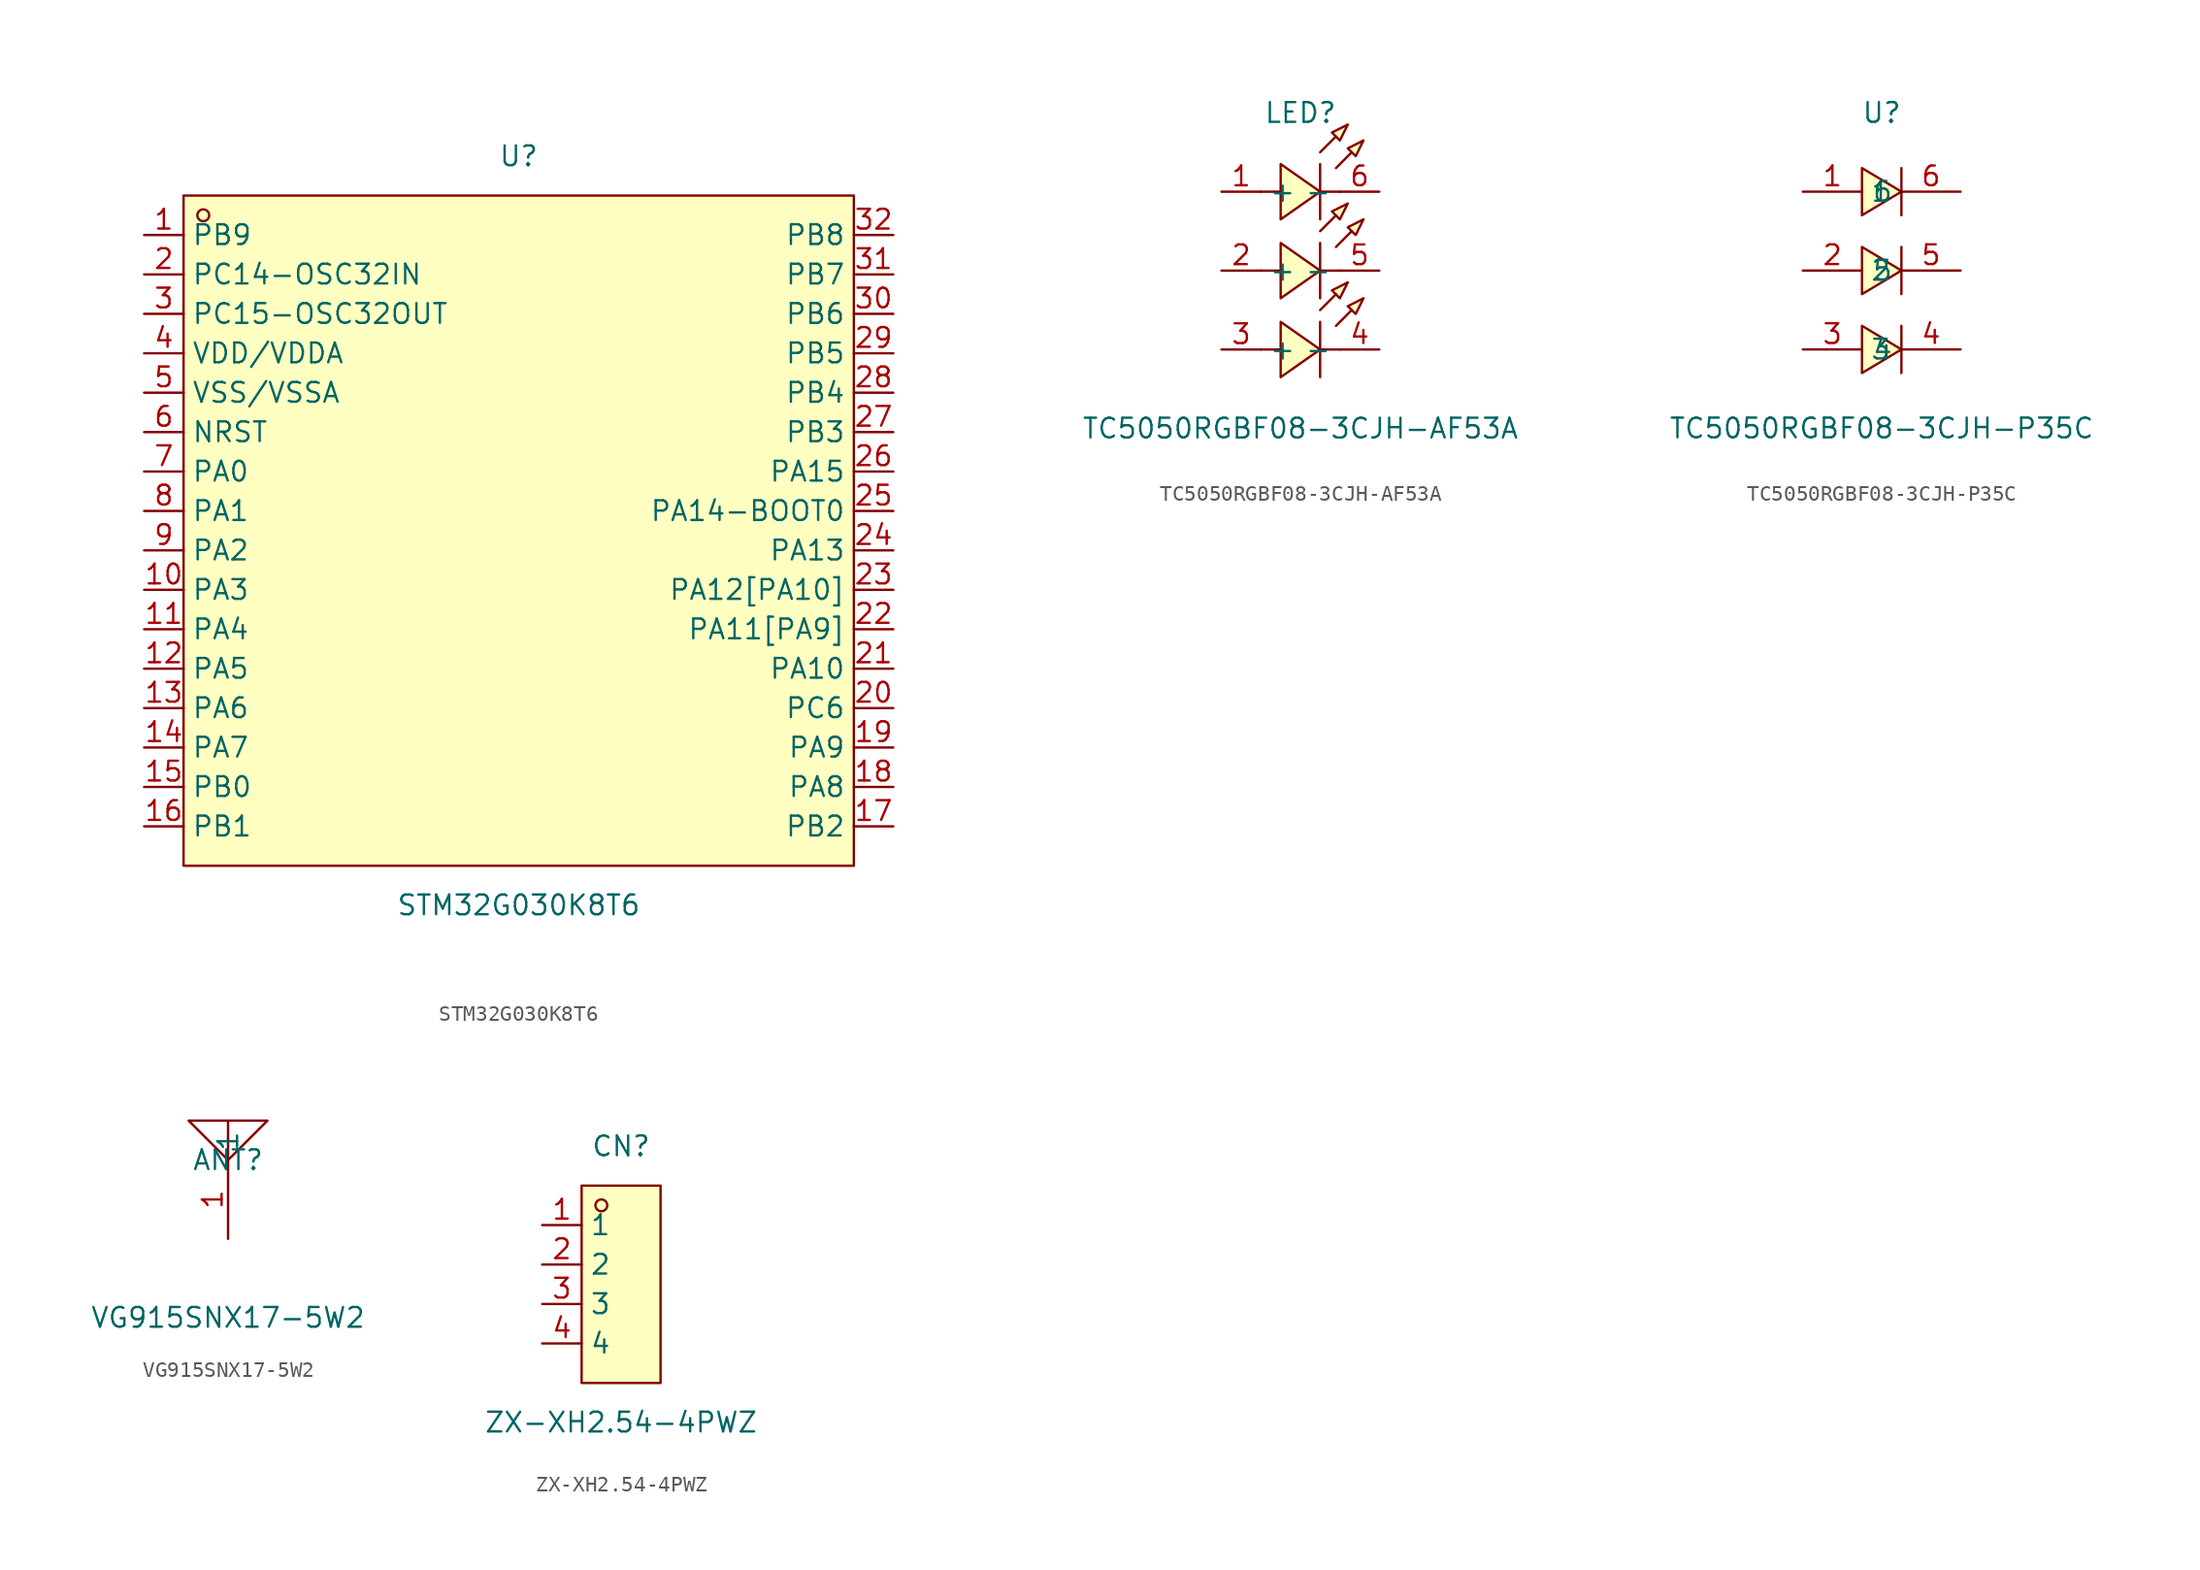
<source format=kicad_sym>
(kicad_symbol_lib
  (version 20241209)
  (generator "kicad_symbol_editor")
  (generator_version "9.0")
  (symbol "STM32G030K8T6"
    (property "Reference" "U"
      (at 0 24.13 0)
      (effects (font (size 1.27 1.27))))
    (property "Value" "STM32G030K8T6"
      (at 0 -24.13 0)
      (effects (font (size 1.27 1.27))))
    (symbol "STM32G030K8T6_0_1"
      (rectangle (start -21.59 21.59) (end 21.59 -21.59) (stroke (width 0) (type default)) (fill (type background)))
      (circle (center -20.32 20.32) (radius 0.38) (stroke (width 0) (type default)) (fill (type none)))
      (pin unspecified line (at -24.13 19.05 0) (length 2.54) (name "PB9" (effects (font (size 1.27 1.27)))) (number "1" (effects (font (size 1.27 1.27)))))
      (pin unspecified line (at -24.13 16.51 0) (length 2.54) (name "PC14-OSC32IN" (effects (font (size 1.27 1.27)))) (number "2" (effects (font (size 1.27 1.27)))))
      (pin unspecified line (at -24.13 13.97 0) (length 2.54) (name "PC15-OSC32OUT" (effects (font (size 1.27 1.27)))) (number "3" (effects (font (size 1.27 1.27)))))
      (pin unspecified line (at -24.13 11.43 0) (length 2.54) (name "VDD/VDDA" (effects (font (size 1.27 1.27)))) (number "4" (effects (font (size 1.27 1.27)))))
      (pin unspecified line (at -24.13 8.89 0) (length 2.54) (name "VSS/VSSA" (effects (font (size 1.27 1.27)))) (number "5" (effects (font (size 1.27 1.27)))))
      (pin unspecified line (at -24.13 6.35 0) (length 2.54) (name "NRST" (effects (font (size 1.27 1.27)))) (number "6" (effects (font (size 1.27 1.27)))))
      (pin unspecified line (at -24.13 3.81 0) (length 2.54) (name "PA0" (effects (font (size 1.27 1.27)))) (number "7" (effects (font (size 1.27 1.27)))))
      (pin unspecified line (at -24.13 1.27 0) (length 2.54) (name "PA1" (effects (font (size 1.27 1.27)))) (number "8" (effects (font (size 1.27 1.27)))))
      (pin unspecified line (at -24.13 -1.27 0) (length 2.54) (name "PA2" (effects (font (size 1.27 1.27)))) (number "9" (effects (font (size 1.27 1.27)))))
      (pin unspecified line (at -24.13 -3.81 0) (length 2.54) (name "PA3" (effects (font (size 1.27 1.27)))) (number "10" (effects (font (size 1.27 1.27)))))
      (pin unspecified line (at -24.13 -6.35 0) (length 2.54) (name "PA4" (effects (font (size 1.27 1.27)))) (number "11" (effects (font (size 1.27 1.27)))))
      (pin unspecified line (at -24.13 -8.89 0) (length 2.54) (name "PA5" (effects (font (size 1.27 1.27)))) (number "12" (effects (font (size 1.27 1.27)))))
      (pin unspecified line (at -24.13 -11.43 0) (length 2.54) (name "PA6" (effects (font (size 1.27 1.27)))) (number "13" (effects (font (size 1.27 1.27)))))
      (pin unspecified line (at -24.13 -13.97 0) (length 2.54) (name "PA7" (effects (font (size 1.27 1.27)))) (number "14" (effects (font (size 1.27 1.27)))))
      (pin unspecified line (at -24.13 -16.51 0) (length 2.54) (name "PB0" (effects (font (size 1.27 1.27)))) (number "15" (effects (font (size 1.27 1.27)))))
      (pin unspecified line (at -24.13 -19.05 0) (length 2.54) (name "PB1" (effects (font (size 1.27 1.27)))) (number "16" (effects (font (size 1.27 1.27)))))
      (pin unspecified line (at 24.13 19.05 180) (length 2.54) (name "PB8" (effects (font (size 1.27 1.27)))) (number "32" (effects (font (size 1.27 1.27)))))
      (pin unspecified line (at 24.13 16.51 180) (length 2.54) (name "PB7" (effects (font (size 1.27 1.27)))) (number "31" (effects (font (size 1.27 1.27)))))
      (pin unspecified line (at 24.13 13.97 180) (length 2.54) (name "PB6" (effects (font (size 1.27 1.27)))) (number "30" (effects (font (size 1.27 1.27)))))
      (pin unspecified line (at 24.13 11.43 180) (length 2.54) (name "PB5" (effects (font (size 1.27 1.27)))) (number "29" (effects (font (size 1.27 1.27)))))
      (pin unspecified line (at 24.13 8.89 180) (length 2.54) (name "PB4" (effects (font (size 1.27 1.27)))) (number "28" (effects (font (size 1.27 1.27)))))
      (pin unspecified line (at 24.13 6.35 180) (length 2.54) (name "PB3" (effects (font (size 1.27 1.27)))) (number "27" (effects (font (size 1.27 1.27)))))
      (pin unspecified line (at 24.13 3.81 180) (length 2.54) (name "PA15" (effects (font (size 1.27 1.27)))) (number "26" (effects (font (size 1.27 1.27)))))
      (pin unspecified line (at 24.13 1.27 180) (length 2.54) (name "PA14-BOOT0" (effects (font (size 1.27 1.27)))) (number "25" (effects (font (size 1.27 1.27)))))
      (pin unspecified line (at 24.13 -1.27 180) (length 2.54) (name "PA13" (effects (font (size 1.27 1.27)))) (number "24" (effects (font (size 1.27 1.27)))))
      (pin unspecified line (at 24.13 -3.81 180) (length 2.54) (name "PA12[PA10]" (effects (font (size 1.27 1.27)))) (number "23" (effects (font (size 1.27 1.27)))))
      (pin unspecified line (at 24.13 -6.35 180) (length 2.54) (name "PA11[PA9]" (effects (font (size 1.27 1.27)))) (number "22" (effects (font (size 1.27 1.27)))))
      (pin unspecified line (at 24.13 -8.89 180) (length 2.54) (name "PA10" (effects (font (size 1.27 1.27)))) (number "21" (effects (font (size 1.27 1.27)))))
      (pin unspecified line (at 24.13 -11.43 180) (length 2.54) (name "PC6" (effects (font (size 1.27 1.27)))) (number "20" (effects (font (size 1.27 1.27)))))
      (pin unspecified line (at 24.13 -13.97 180) (length 2.54) (name "PA9" (effects (font (size 1.27 1.27)))) (number "19" (effects (font (size 1.27 1.27)))))
      (pin unspecified line (at 24.13 -16.51 180) (length 2.54) (name "PA8" (effects (font (size 1.27 1.27)))) (number "18" (effects (font (size 1.27 1.27)))))
      (pin unspecified line (at 24.13 -19.05 180) (length 2.54) (name "PB2" (effects (font (size 1.27 1.27)))) (number "17" (effects (font (size 1.27 1.27)))))))
  (symbol "TC5050RGBF08-3CJH-AF53A"
    (property "Reference" "LED"
      (at 0 10.16 0)
      (effects (font (size 1.27 1.27))))
    (property "Value" "TC5050RGBF08-3CJH-AF53A"
      (at 0 -10.16 0)
      (effects (font (size 1.27 1.27))))
    (symbol "TC5050RGBF08-3CJH-AF53A_0_1"
      (polyline (pts (xy -2.54 5.08) (xy -1.27 5.08)) (stroke (width 0) (type default)) (fill (type none)))
      (polyline (pts (xy -2.54 0) (xy -1.27 0)) (stroke (width 0) (type default)) (fill (type none)))
      (polyline (pts (xy -2.54 -5.08) (xy -1.27 -5.08)) (stroke (width 0) (type default)) (fill (type none)))
      (polyline (pts (xy -1.27 6.86) (xy 1.27 5.08) (xy -1.27 3.3) (xy -1.27 6.86)) (stroke (width 0) (type default)) (fill (type background)))
      (polyline (pts (xy -1.27 1.78) (xy 1.27 0) (xy -1.27 -1.78) (xy -1.27 1.78)) (stroke (width 0) (type default)) (fill (type background)))
      (polyline (pts (xy -1.27 -3.3) (xy 1.27 -5.08) (xy -1.27 -6.86) (xy -1.27 -3.3)) (stroke (width 0) (type default)) (fill (type background)))
      (polyline (pts (xy 1.27 7.62) (xy 2.29 8.64) (xy 1.27 7.62)) (stroke (width 0) (type default)) (fill (type background)))
      (polyline (pts (xy 1.27 6.86) (xy 1.27 3.3)) (stroke (width 0) (type default)) (fill (type none)))
      (polyline (pts (xy 1.27 5.08) (xy 2.54 5.08)) (stroke (width 0) (type default)) (fill (type none)))
      (polyline (pts (xy 1.27 2.54) (xy 2.29 3.56) (xy 1.27 2.54)) (stroke (width 0) (type default)) (fill (type background)))
      (polyline (pts (xy 1.27 1.78) (xy 1.27 -1.78)) (stroke (width 0) (type default)) (fill (type none)))
      (polyline (pts (xy 1.27 0) (xy 2.54 0)) (stroke (width 0) (type default)) (fill (type none)))
      (polyline (pts (xy 1.27 -2.54) (xy 2.29 -1.52) (xy 1.27 -2.54)) (stroke (width 0) (type default)) (fill (type background)))
      (polyline (pts (xy 1.27 -3.3) (xy 1.27 -6.86)) (stroke (width 0) (type default)) (fill (type none)))
      (polyline (pts (xy 1.27 -5.08) (xy 2.54 -5.08)) (stroke (width 0) (type default)) (fill (type none)))
      (polyline (pts (xy 2.29 6.6) (xy 3.3 7.62) (xy 2.29 6.6)) (stroke (width 0) (type default)) (fill (type background)))
      (polyline (pts (xy 2.29 1.52) (xy 3.3 2.54) (xy 2.29 1.52)) (stroke (width 0) (type default)) (fill (type background)))
      (polyline (pts (xy 2.29 -3.56) (xy 3.3 -2.54) (xy 2.29 -3.56)) (stroke (width 0) (type default)) (fill (type background)))
      (polyline (pts (xy 3.05 9.4) (xy 2.03 8.89) (xy 2.54 8.38) (xy 3.05 9.4)) (stroke (width 0) (type default)) (fill (type background)))
      (polyline (pts (xy 3.05 4.32) (xy 2.03 3.81) (xy 2.54 3.3) (xy 3.05 4.32)) (stroke (width 0) (type default)) (fill (type background)))
      (polyline (pts (xy 3.05 -0.76) (xy 2.03 -1.27) (xy 2.54 -1.78) (xy 3.05 -0.76)) (stroke (width 0) (type default)) (fill (type background)))
      (polyline (pts (xy 4.06 8.38) (xy 3.05 7.87) (xy 3.56 7.37) (xy 4.06 8.38)) (stroke (width 0) (type default)) (fill (type background)))
      (polyline (pts (xy 4.06 3.3) (xy 3.05 2.79) (xy 3.56 2.29) (xy 4.06 3.3)) (stroke (width 0) (type default)) (fill (type background)))
      (polyline (pts (xy 4.06 -1.78) (xy 3.05 -2.29) (xy 3.56 -2.79) (xy 4.06 -1.78)) (stroke (width 0) (type default)) (fill (type background)))
      (pin unspecified line (at -5.08 5.08 0) (length 2.54) (name "+" (effects (font (size 1.27 1.27)))) (number "1" (effects (font (size 1.27 1.27)))))
      (pin unspecified line (at -5.08 0 0) (length 2.54) (name "+" (effects (font (size 1.27 1.27)))) (number "2" (effects (font (size 1.27 1.27)))))
      (pin unspecified line (at -5.08 -5.08 0) (length 2.54) (name "+" (effects (font (size 1.27 1.27)))) (number "3" (effects (font (size 1.27 1.27)))))
      (pin unspecified line (at 5.08 5.08 180) (length 2.54) (name "-" (effects (font (size 1.27 1.27)))) (number "6" (effects (font (size 1.27 1.27)))))
      (pin unspecified line (at 5.08 0 180) (length 2.54) (name "-" (effects (font (size 1.27 1.27)))) (number "5" (effects (font (size 1.27 1.27)))))
      (pin unspecified line (at 5.08 -5.08 180) (length 2.54) (name "-" (effects (font (size 1.27 1.27)))) (number "4" (effects (font (size 1.27 1.27)))))))
  (symbol "TC5050RGBF08-3CJH-P35C"
    (property "Reference" "U"
      (at 0 10.16 0)
      (effects (font (size 1.27 1.27))))
    (property "Value" "TC5050RGBF08-3CJH-P35C"
      (at 0 -10.16 0)
      (effects (font (size 1.27 1.27))))
    (symbol "TC5050RGBF08-3CJH-P35C_0_1"
      (polyline (pts (xy -1.27 3.56) (xy 1.27 5.08) (xy -1.27 6.6) (xy -1.27 3.56)) (stroke (width 0) (type default)) (fill (type background)))
      (polyline (pts (xy -1.27 -1.52) (xy 1.27 0) (xy -1.27 1.52) (xy -1.27 -1.52)) (stroke (width 0) (type default)) (fill (type background)))
      (polyline (pts (xy -1.27 -6.6) (xy 1.27 -5.08) (xy -1.27 -3.56) (xy -1.27 -6.6)) (stroke (width 0) (type default)) (fill (type background)))
      (polyline (pts (xy 1.27 6.6) (xy 1.27 3.56)) (stroke (width 0) (type default)) (fill (type none)))
      (polyline (pts (xy 1.27 1.52) (xy 1.27 -1.52)) (stroke (width 0) (type default)) (fill (type none)))
      (polyline (pts (xy 1.27 -3.56) (xy 1.27 -6.6)) (stroke (width 0) (type default)) (fill (type none)))
      (pin unspecified line (at -5.08 5.08 0) (length 3.81) (name "1" (effects (font (size 1.27 1.27)))) (number "1" (effects (font (size 1.27 1.27)))))
      (pin unspecified line (at -5.08 0 0) (length 3.81) (name "2" (effects (font (size 1.27 1.27)))) (number "2" (effects (font (size 1.27 1.27)))))
      (pin unspecified line (at -5.08 -5.08 0) (length 3.81) (name "3" (effects (font (size 1.27 1.27)))) (number "3" (effects (font (size 1.27 1.27)))))
      (pin unspecified line (at 5.08 5.08 180) (length 3.81) (name "6" (effects (font (size 1.27 1.27)))) (number "6" (effects (font (size 1.27 1.27)))))
      (pin unspecified line (at 5.08 0 180) (length 3.81) (name "5" (effects (font (size 1.27 1.27)))) (number "5" (effects (font (size 1.27 1.27)))))
      (pin unspecified line (at 5.08 -5.08 180) (length 3.81) (name "4" (effects (font (size 1.27 1.27)))) (number "4" (effects (font (size 1.27 1.27)))))))
  (symbol "VG915SNX17-5W2"
    (property "Reference" "ANT"
      (at 0 2.54 0)
      (effects (font (size 1.27 1.27))))
    (property "Value" "VG915SNX17-5W2"
      (at 0 -7.62 0)
      (effects (font (size 1.27 1.27))))
    (symbol "VG915SNX17-5W2_0_1"
      (polyline (pts (xy 0 2.54) (xy -2.54 5.08) (xy 2.54 5.08) (xy 0 2.54) (xy 0 5.08)) (stroke (width 0) (type default)) (fill (type none)))
      (pin unspecified line (at 0 -2.54 90) (length 5.08) (name "1" (effects (font (size 1.27 1.27)))) (number "1" (effects (font (size 1.27 1.27)))))))
  (symbol "ZX-XH2.54-4PWZ"
    (property "Reference" "CN"
      (at 0 8.89 0)
      (effects (font (size 1.27 1.27))))
    (property "Value" "ZX-XH2.54-4PWZ"
      (at 0 -8.89 0)
      (effects (font (size 1.27 1.27))))
    (symbol "ZX-XH2.54-4PWZ_0_1"
      (rectangle (start -2.54 6.35) (end 2.54 -6.35) (stroke (width 0) (type default)) (fill (type background)))
      (circle (center -1.27 5.08) (radius 0.38) (stroke (width 0) (type default)) (fill (type none)))
      (pin unspecified line (at -5.08 3.81 0) (length 2.54) (name "1" (effects (font (size 1.27 1.27)))) (number "1" (effects (font (size 1.27 1.27)))))
      (pin unspecified line (at -5.08 1.27 0) (length 2.54) (name "2" (effects (font (size 1.27 1.27)))) (number "2" (effects (font (size 1.27 1.27)))))
      (pin unspecified line (at -5.08 -1.27 0) (length 2.54) (name "3" (effects (font (size 1.27 1.27)))) (number "3" (effects (font (size 1.27 1.27)))))
      (pin unspecified line (at -5.08 -3.81 0) (length 2.54) (name "4" (effects (font (size 1.27 1.27)))) (number "4" (effects (font (size 1.27 1.27))))))))
</source>
